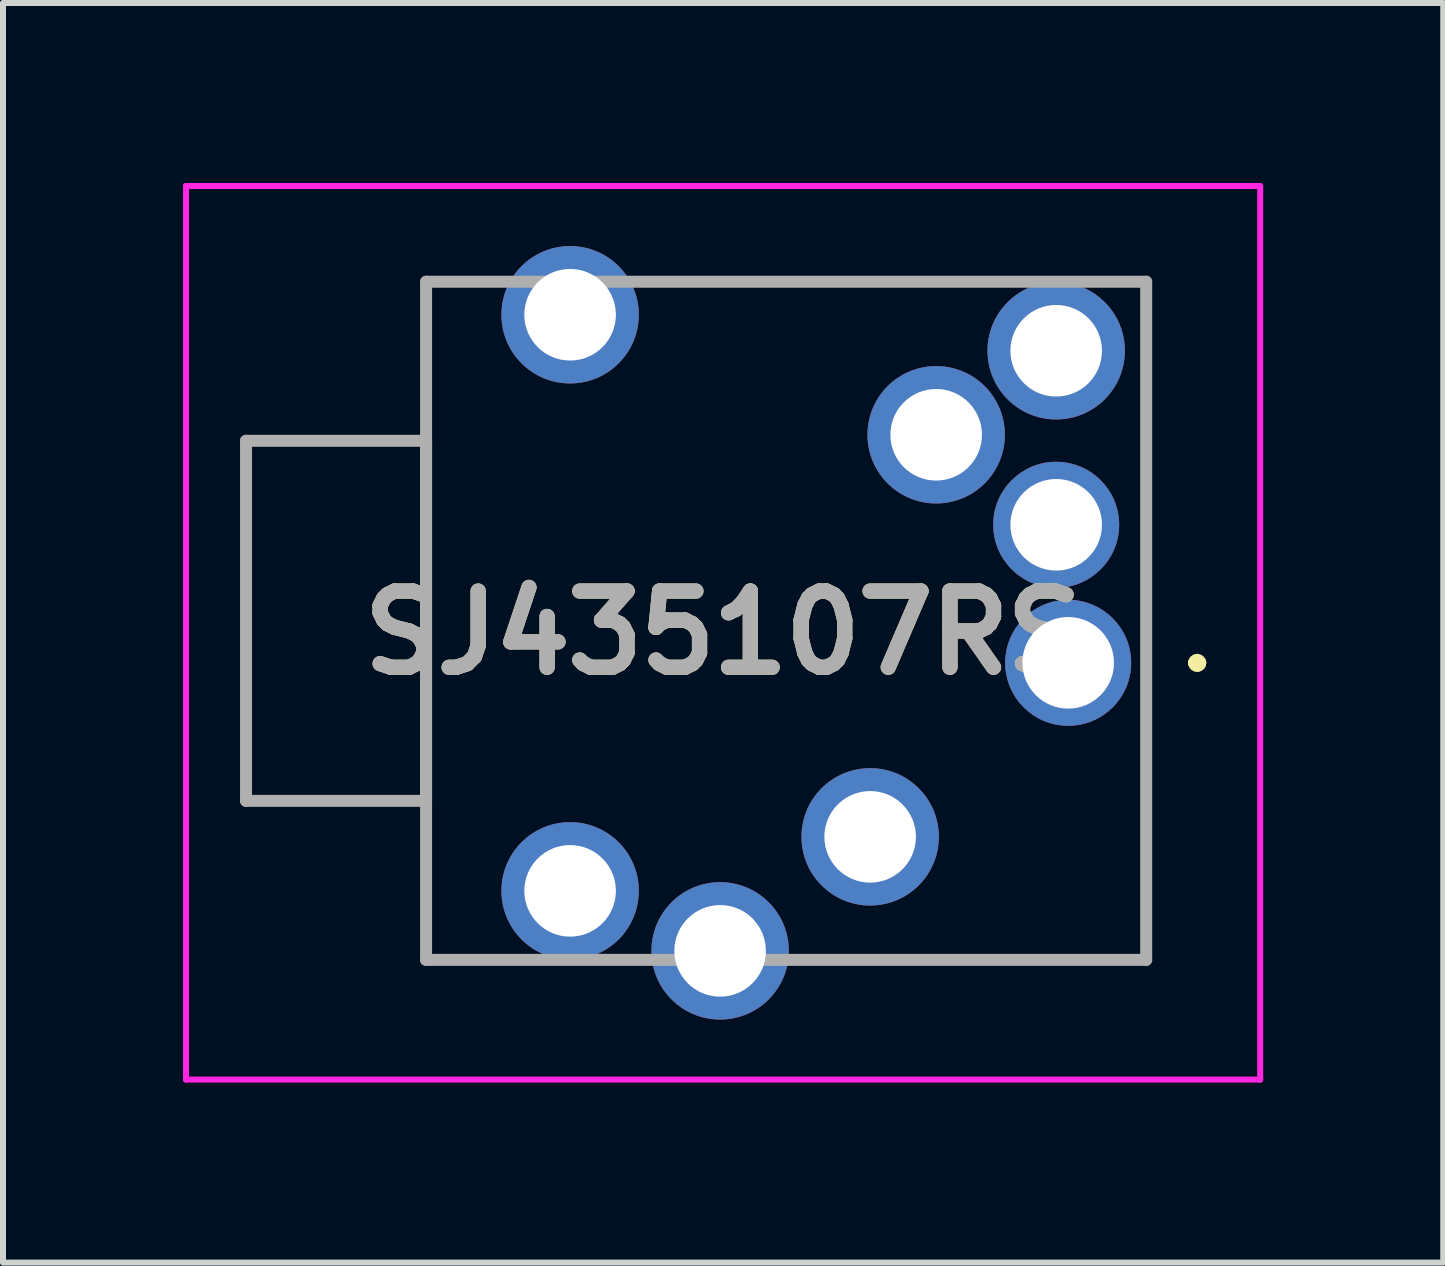
<source format=kicad_pcb>
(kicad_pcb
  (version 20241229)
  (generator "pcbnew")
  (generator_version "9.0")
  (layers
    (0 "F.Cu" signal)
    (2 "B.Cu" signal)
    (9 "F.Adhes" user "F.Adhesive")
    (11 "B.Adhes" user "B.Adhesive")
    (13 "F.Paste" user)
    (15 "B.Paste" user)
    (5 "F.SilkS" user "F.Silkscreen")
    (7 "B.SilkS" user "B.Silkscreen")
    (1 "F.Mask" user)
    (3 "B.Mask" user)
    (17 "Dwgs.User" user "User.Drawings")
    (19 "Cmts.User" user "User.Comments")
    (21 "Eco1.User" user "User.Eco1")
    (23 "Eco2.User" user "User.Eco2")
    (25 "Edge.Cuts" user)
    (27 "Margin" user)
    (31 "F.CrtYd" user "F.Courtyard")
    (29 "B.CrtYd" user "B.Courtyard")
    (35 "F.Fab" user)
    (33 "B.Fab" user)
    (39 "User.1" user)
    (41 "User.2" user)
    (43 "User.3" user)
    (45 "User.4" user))
  (footprint "SJ435107RS"
    (layer "F.Cu")
    (at 14.75 7.995)
    (property "Reference" "SJ435107RS" (at -5.75 -0.5 0) (layer "F.SilkS") (effects (font (size 1.27 1.27) (thickness 0.254))))
    (attr through_hole)
    (fp_line (start -13.7 -3.7) (end -10.7 -3.7) (stroke (width 0.1) (type solid)) (layer "F.SilkS"))
    (fp_line (start -13.7 2.3) (end -13.7 -3.7) (stroke (width 0.1) (type solid)) (layer "F.SilkS"))
    (fp_line (start -10.7 -6.35) (end -10.7 -6.35) (stroke (width 0.1) (type solid)) (layer "F.SilkS"))
    (fp_line (start -10.7 -6.35) (end -10.7 -6.35) (stroke (width 0.1) (type solid)) (layer "F.SilkS"))
    (fp_line (start -10.7 -6.35) (end -10.7 -3.7) (stroke (width 0.1) (type solid)) (layer "F.SilkS"))
    (fp_line (start -10.7 -6.35) (end -9.95 -6.35) (stroke (width 0.1) (type solid)) (layer "F.SilkS"))
    (fp_line (start -10.7 -3.7) (end -10.7 -6.35) (stroke (width 0.1) (type solid)) (layer "F.SilkS"))
    (fp_line (start -10.7 -3.7) (end -10.7 -3.7) (stroke (width 0.1) (type solid)) (layer "F.SilkS"))
    (fp_line (start -10.7 -3.7) (end -10.7 2.3) (stroke (width 0.1) (type solid)) (layer "F.SilkS"))
    (fp_line (start -10.7 2.3) (end -13.7 2.3) (stroke (width 0.1) (type solid)) (layer "F.SilkS"))
    (fp_line (start -10.7 2.3) (end -10.7 2.3) (stroke (width 0.1) (type solid)) (layer "F.SilkS"))
    (fp_line (start -10.7 2.3) (end -10.7 4.95) (stroke (width 0.1) (type solid)) (layer "F.SilkS"))
    (fp_line (start -10.7 4.95) (end -10.7 2.3) (stroke (width 0.1) (type solid)) (layer "F.SilkS"))
    (fp_line (start -10.7 4.95) (end -10.7 4.95) (stroke (width 0.1) (type solid)) (layer "F.SilkS"))
    (fp_line (start -10.7 4.95) (end -10.7 4.95) (stroke (width 0.1) (type solid)) (layer "F.SilkS"))
    (fp_line (start -10.7 4.95) (end -9.95 4.95) (stroke (width 0.1) (type solid)) (layer "F.SilkS"))
    (fp_line (start -9.95 -6.35) (end -10.7 -6.35) (stroke (width 0.1) (type solid)) (layer "F.SilkS"))
    (fp_line (start -9.95 -6.35) (end -9.95 -6.35) (stroke (width 0.1) (type solid)) (layer "F.SilkS"))
    (fp_line (start -9.95 4.95) (end -10.7 4.95) (stroke (width 0.1) (type solid)) (layer "F.SilkS"))
    (fp_line (start -9.95 4.95) (end -9.95 4.95) (stroke (width 0.1) (type solid)) (layer "F.SilkS"))
    (fp_line (start -6.7 -6.35) (end -6.7 -6.35) (stroke (width 0.1) (type solid)) (layer "F.SilkS"))
    (fp_line (start -6.7 -6.35) (end -1.95 -6.35) (stroke (width 0.1) (type solid)) (layer "F.SilkS"))
    (fp_line (start -3.95 4.95) (end -3.95 4.95) (stroke (width 0.1) (type solid)) (layer "F.SilkS"))
    (fp_line (start -3.95 4.95) (end 1.3 4.95) (stroke (width 0.1) (type solid)) (layer "F.SilkS"))
    (fp_line (start -1.95 -6.35) (end -6.7 -6.35) (stroke (width 0.1) (type solid)) (layer "F.SilkS"))
    (fp_line (start -1.95 -6.35) (end -1.95 -6.35) (stroke (width 0.1) (type solid)) (layer "F.SilkS"))
    (fp_line (start 1.3 1.8) (end 1.3 1.8) (stroke (width 0.1) (type solid)) (layer "F.SilkS"))
    (fp_line (start 1.3 1.8) (end 1.3 4.95) (stroke (width 0.1) (type solid)) (layer "F.SilkS"))
    (fp_line (start 1.3 4.95) (end -3.95 4.95) (stroke (width 0.1) (type solid)) (layer "F.SilkS"))
    (fp_line (start 1.3 4.95) (end 1.3 1.8) (stroke (width 0.1) (type solid)) (layer "F.SilkS"))
    (fp_line (start 1.3 4.95) (end 1.3 4.95) (stroke (width 0.1) (type solid)) (layer "F.SilkS"))
    (fp_line (start 1.3 4.95) (end 1.3 4.95) (stroke (width 0.1) (type solid)) (layer "F.SilkS"))
    (fp_line (start 2.1 0) (end 2.1 0) (stroke (width 0.2) (type solid)) (layer "F.SilkS"))
    (fp_line (start 2.1 0) (end 2.1 0) (stroke (width 0.2) (type solid)) (layer "F.SilkS"))
    (fp_line (start 2.2 0) (end 2.2 0) (stroke (width 0.2) (type solid)) (layer "F.SilkS"))
    (fp_arc (start 2.1 0) (mid 2.15 -0.05) (end 2.2 0) (stroke (width 0.2) (type solid)) (layer "F.SilkS"))
    (fp_arc (start 2.2 0) (mid 2.15 0.05) (end 2.1 0) (stroke (width 0.2) (type solid)) (layer "F.SilkS"))
    (fp_arc (start 2.2 0) (mid 2.15 0.05) (end 2.1 0) (stroke (width 0.2) (type solid)) (layer "F.SilkS"))
    (fp_line (start -14.7 -7.945) (end 3.2 -7.945) (stroke (width 0.1) (type solid)) (layer "F.CrtYd"))
    (fp_line (start -14.7 6.945) (end -14.7 -7.945) (stroke (width 0.1) (type solid)) (layer "F.CrtYd"))
    (fp_line (start 3.2 -7.945) (end 3.2 6.945) (stroke (width 0.1) (type solid)) (layer "F.CrtYd"))
    (fp_line (start 3.2 6.945) (end -14.7 6.945) (stroke (width 0.1) (type solid)) (layer "F.CrtYd"))
    (fp_line (start -13.7 -3.7) (end -10.7 -3.7) (stroke (width 0.2) (type solid)) (layer "F.Fab"))
    (fp_line (start -13.7 2.3) (end -13.7 -3.7) (stroke (width 0.2) (type solid)) (layer "F.Fab"))
    (fp_line (start -10.7 -6.35) (end -10.7 4.95) (stroke (width 0.2) (type solid)) (layer "F.Fab"))
    (fp_line (start -10.7 -3.7) (end -10.7 2.3) (stroke (width 0.2) (type solid)) (layer "F.Fab"))
    (fp_line (start -10.7 2.3) (end -13.7 2.3) (stroke (width 0.2) (type solid)) (layer "F.Fab"))
    (fp_line (start -10.7 4.95) (end 1.3 4.95) (stroke (width 0.2) (type solid)) (layer "F.Fab"))
    (fp_line (start 1.3 -6.35) (end -10.7 -6.35) (stroke (width 0.2) (type solid)) (layer "F.Fab"))
    (fp_line (start 1.3 4.95) (end 1.3 -6.35) (stroke (width 0.2) (type solid)) (layer "F.Fab"))
    (fp_text user "${REFERENCE}" (at -5.75 -0.5 0) (layer "F.Fab") (effects (font (size 1.27 1.27) (thickness 0.254))))
    (pad "" np_thru_hole circle (at -8.3 -0.7) (size 0.001 0.001) (drill 1.2) (layers "*.Cu" "*.Mask"))
    (pad "" np_thru_hole circle (at -3.3 -0.7) (size 0.001 0.001) (drill 1.2) (layers "*.Cu" "*.Mask"))
    (pad "1" thru_hole circle (at 0 0) (size 2.1 2.1) (drill 1.526) (layers "*.Cu" "*.Mask"))
    (pad "2" thru_hole circle (at -3.3 2.9) (size 2.29 2.29) (drill 1.526) (layers "*.Cu" "*.Mask"))
    (pad "3" thru_hole circle (at -0.2 -2.3) (size 2.1 2.1) (drill 1.526) (layers "*.Cu" "*.Mask"))
    (pad "4" thru_hole circle (at -8.3 3.8) (size 2.29 2.29) (drill 1.526) (layers "*.Cu" "*.Mask"))
    (pad "5" thru_hole circle (at -2.2 -3.8) (size 2.29 2.29) (drill 1.526) (layers "*.Cu" "*.Mask"))
    (pad "6" thru_hole circle (at -0.2 -5.2) (size 2.29 2.29) (drill 1.526) (layers "*.Cu" "*.Mask"))
    (pad "MH1" thru_hole circle (at -5.8 4.8) (size 2.29 2.29) (drill 1.526) (layers "*.Cu" "*.Mask"))
    (pad "MH2" thru_hole circle (at -8.3 -5.8) (size 2.29 2.29) (drill 1.526) (layers "*.Cu" "*.Mask")))
  (gr_rect
    (start -3 -3)
    (end 21 17.99)
    (stroke (width 0.1) (type default))
    (fill no)
    (layer "Edge.Cuts")))
</source>
